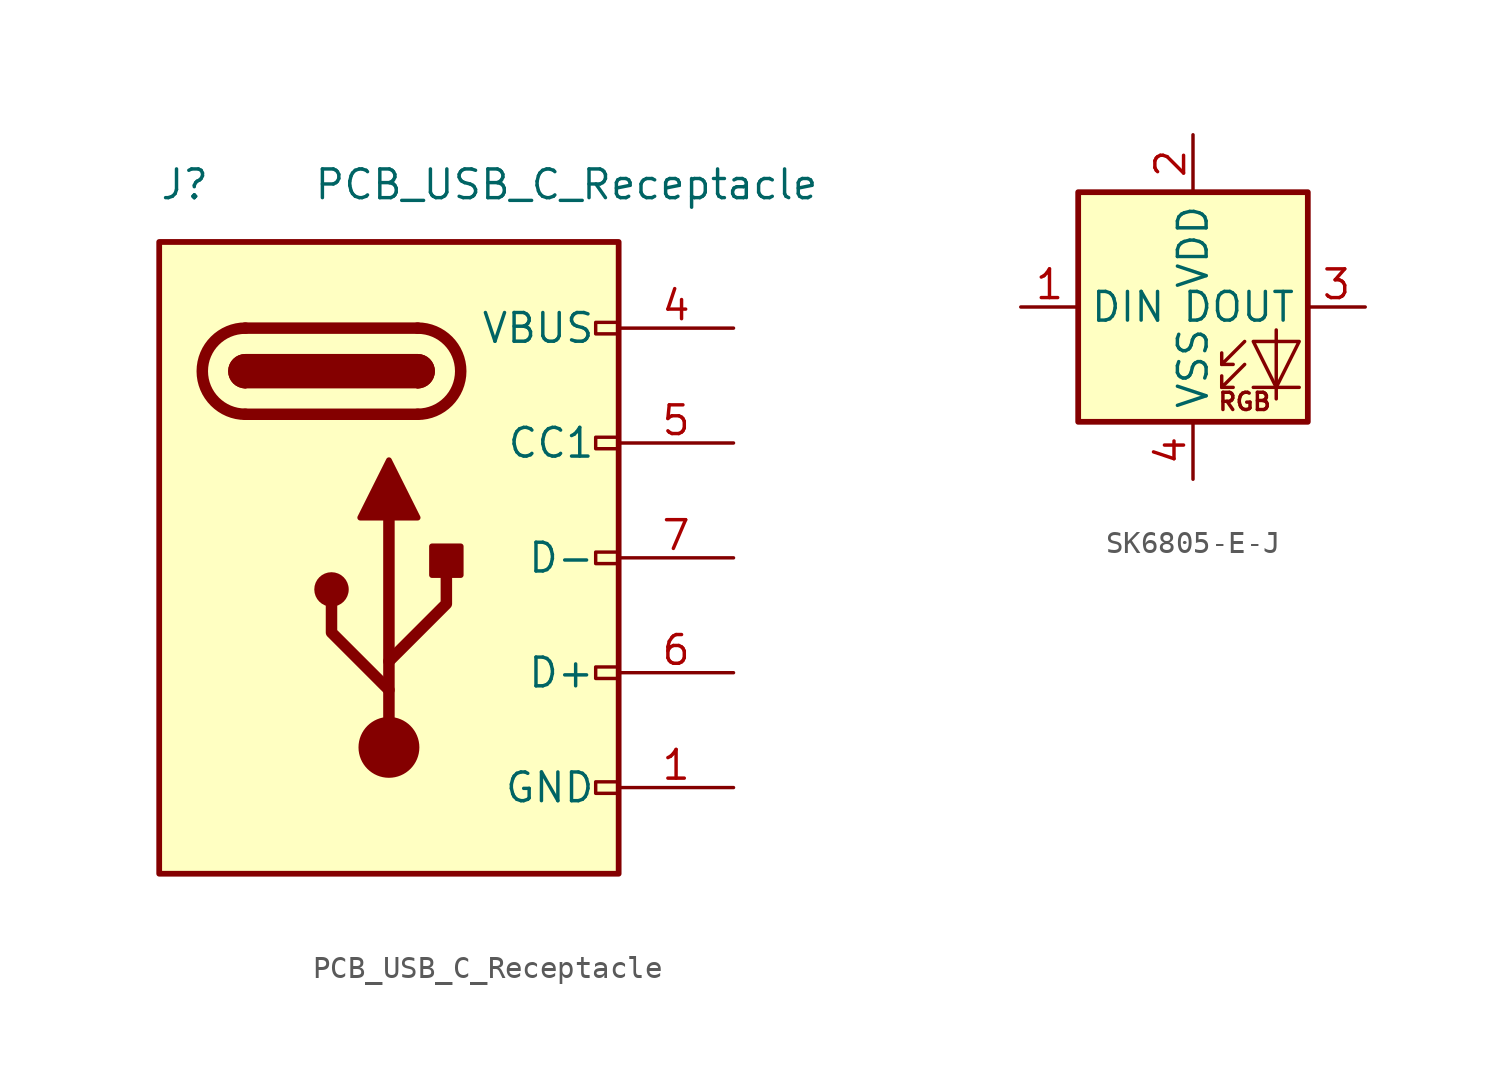
<source format=kicad_sym>
(kicad_symbol_lib
  (version 20231120)
  (generator "kicad_symbol_editor")
  (generator_version "8.0")
  (symbol "PCB_USB_C_Receptacle"
    (pin_names
      (offset 1.016))
    (property "Reference" "J"
      (at -10.16 16.51 0)
      (effects (font (size 1.27 1.27)) (justify left)))
    (property "Value" "PCB_USB_C_Receptacle"
      (at 19.05 16.51 0)
      (effects (font (size 1.27 1.27)) (justify right)))
    (symbol "PCB_USB_C_Receptacle_0_0"
      (rectangle (start 10.16 -10.414) (end 9.144 -9.906) (stroke (width 0) (type default)) (fill (type none)))
      (rectangle (start 10.16 -4.826) (end 9.144 -5.334) (stroke (width 0) (type default)) (fill (type none)))
      (rectangle (start 10.16 0.254) (end 9.144 -0.254) (stroke (width 0) (type default)) (fill (type none)))
      (rectangle (start 10.16 5.334) (end 9.144 4.826) (stroke (width 0) (type default)) (fill (type none)))
      (rectangle (start 10.16 10.414) (end 9.144 9.906) (stroke (width 0) (type default)) (fill (type none))))
    (symbol "PCB_USB_C_Receptacle_0_1"
      (rectangle (start -10.16 13.97) (end 10.16 -13.97) (stroke (width 0.254) (type default)) (fill (type background)))
      (arc (start -6.35 8.89) (mid -6.9822 8.255) (end -6.35 7.62) (stroke (width 0.254) (type default)) (fill (type none)))
      (arc (start -6.35 8.89) (mid -6.9822 8.255) (end -6.35 7.62) (stroke (width 0.254) (type default)) (fill (type outline)))
      (arc (start -6.35 10.16) (mid -8.2466 8.255) (end -6.35 6.35) (stroke (width 0.508) (type default)) (fill (type none)))
      (circle (center -2.54 -1.397) (radius 0.635) (stroke (width 0.254) (type default)) (fill (type outline)))
      (circle (center 0 -8.382) (radius 1.27) (stroke (width 0) (type default)) (fill (type outline)))
      (polyline (pts (xy -6.35 10.16) (xy 1.27 10.16)) (stroke (width 0.508) (type default)) (fill (type none)))
      (polyline (pts (xy 0 -8.382) (xy 0 1.778)) (stroke (width 0.508) (type default)) (fill (type none)))
      (polyline (pts (xy 1.27 6.35) (xy -6.35 6.35)) (stroke (width 0.508) (type default)) (fill (type none)))
      (polyline (pts (xy 0 -5.842) (xy -2.54 -3.302) (xy -2.54 -2.032)) (stroke (width 0.508) (type default)) (fill (type none)))
      (polyline (pts (xy 0 -4.572) (xy 2.54 -2.032) (xy 2.54 -0.762)) (stroke (width 0.508) (type default)) (fill (type none)))
      (polyline (pts (xy -1.27 1.778) (xy 0 4.318) (xy 1.27 1.778) (xy -1.27 1.778)) (stroke (width 0.254) (type default)) (fill (type outline)))
      (arc (start 1.27 6.35) (mid 3.1666 8.255) (end 1.27 10.16) (stroke (width 0.508) (type default)) (fill (type none)))
      (rectangle (start 1.27 7.62) (end -6.35 8.89) (stroke (width 0.254) (type default)) (fill (type outline)))
      (arc (start 1.27 7.62) (mid 1.9022 8.255) (end 1.27 8.89) (stroke (width 0.254) (type default)) (fill (type none)))
      (arc (start 1.27 7.62) (mid 1.9022 8.255) (end 1.27 8.89) (stroke (width 0.254) (type default)) (fill (type outline)))
      (rectangle (start 1.905 -0.762) (end 3.175 0.508) (stroke (width 0.254) (type default)) (fill (type outline))))
    (symbol "PCB_USB_C_Receptacle_1_1"
      (pin passive line (at 15.24 -10.16 180) (length 5.08) (name "GND" (effects (font (size 1.27 1.27)))) (number "1" (effects (font (size 1.27 1.27)))))
      (pin passive line (at 15.24 -10.16 180) (length 5.08) hide (name "GND" (effects (font (size 1.27 1.27)))) (number "12" (effects (font (size 1.27 1.27)))))
      (pin passive line (at 15.24 10.16 180) (length 5.08) (name "VBUS" (effects (font (size 1.27 1.27)))) (number "4" (effects (font (size 1.27 1.27)))))
      (pin bidirectional line (at 15.24 5.08 180) (length 5.08) (name "CC1" (effects (font (size 1.27 1.27)))) (number "5" (effects (font (size 1.27 1.27)))))
      (pin bidirectional line (at 15.24 -5.08 180) (length 5.08) (name "D+" (effects (font (size 1.27 1.27)))) (number "6" (effects (font (size 1.27 1.27)))))
      (pin bidirectional line (at 15.24 0 180) (length 5.08) (name "D-" (effects (font (size 1.27 1.27)))) (number "7" (effects (font (size 1.27 1.27)))))
      (pin passive line (at 15.24 10.16 180) (length 5.08) hide (name "VBUS" (effects (font (size 1.27 1.27)))) (number "9" (effects (font (size 1.27 1.27)))))))
  (symbol "SK6805-E-J"
    (property "Reference" "RGB1"
      (at 66.04 3.648 0)
      (effects (font (size 1.143 1.143)) (hide yes)))
    (symbol "SK6805-E-J_0_0"
      (text "RGB" (at 2.286 -4.191 0) (effects (font (size 0.762 0.762)))))
    (symbol "SK6805-E-J_0_1"
      (rectangle (start -5.08 5.08) (end 5.08 -5.08) (stroke (width 0.254) (type default)) (fill (type background)))
      (polyline (pts (xy 1.27 -3.556) (xy 1.778 -3.556)) (stroke (width 0) (type default)) (fill (type none)))
      (polyline (pts (xy 1.27 -2.54) (xy 1.778 -2.54)) (stroke (width 0) (type default)) (fill (type none)))
      (polyline (pts (xy 4.699 -3.556) (xy 2.667 -3.556)) (stroke (width 0) (type default)) (fill (type none)))
      (polyline (pts (xy 2.286 -2.54) (xy 1.27 -3.556) (xy 1.27 -3.048)) (stroke (width 0) (type default)) (fill (type none)))
      (polyline (pts (xy 2.286 -1.524) (xy 1.27 -2.54) (xy 1.27 -2.032)) (stroke (width 0) (type default)) (fill (type none)))
      (polyline (pts (xy 3.683 -1.016) (xy 3.683 -3.556) (xy 3.683 -4.064)) (stroke (width 0) (type default)) (fill (type none)))
      (polyline (pts (xy 4.699 -1.524) (xy 2.667 -1.524) (xy 3.683 -3.556) (xy 4.699 -1.524)) (stroke (width 0) (type default)) (fill (type none))))
    (symbol "SK6805-E-J_1_1"
      (pin input line (at -7.62 0 0) (length 2.54) (name "DIN" (effects (font (size 1.27 1.27)))) (number "1" (effects (font (size 1.27 1.27)))))
      (pin power_in line (at 0 7.62 270) (length 2.54) (name "VDD" (effects (font (size 1.27 1.27)))) (number "2" (effects (font (size 1.27 1.27)))))
      (pin output line (at 7.62 0 180) (length 2.54) (name "DOUT" (effects (font (size 1.27 1.27)))) (number "3" (effects (font (size 1.27 1.27)))))
      (pin power_in line (at 0 -7.62 90) (length 2.54) (name "VSS" (effects (font (size 1.27 1.27)))) (number "4" (effects (font (size 1.27 1.27))))))))
</source>
